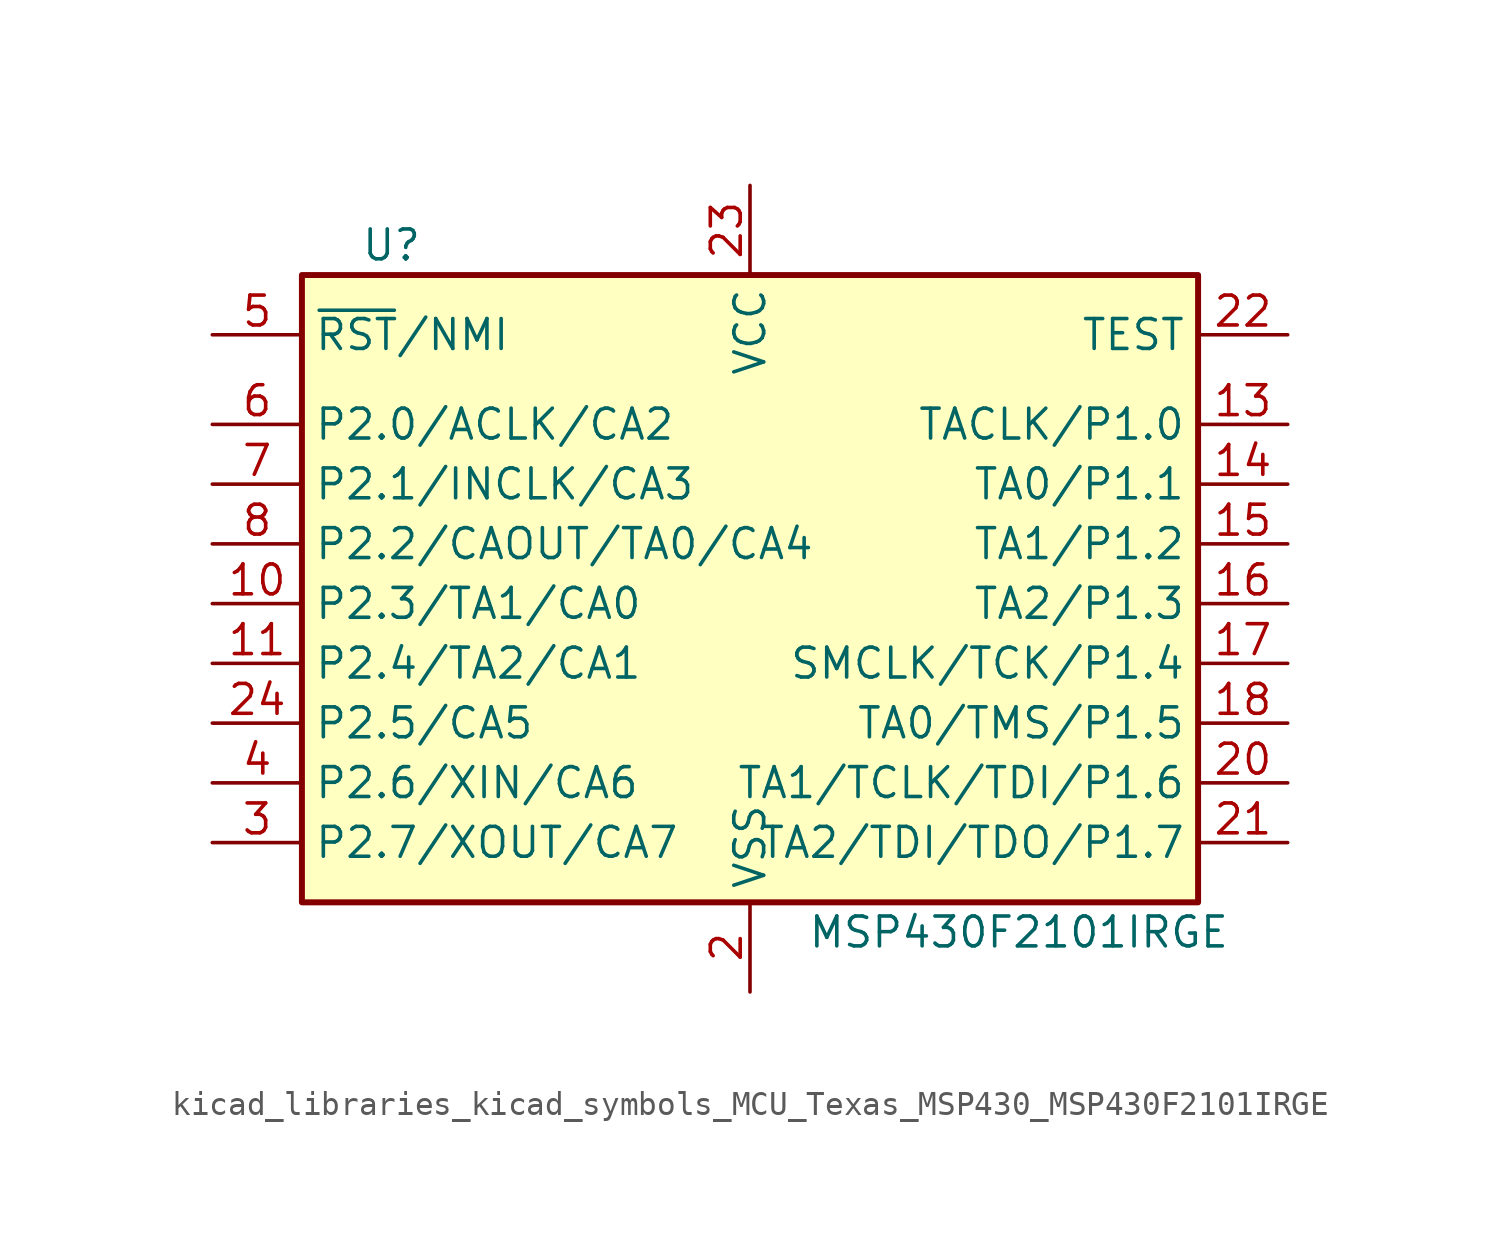
<source format=kicad_sym>
(kicad_symbol_lib
  (version 20220914)
  (generator kicad_symbol_editor)
  (symbol "kicad_libraries_kicad_symbols_MCU_Texas_MSP430_MSP430F2101IRGE"
    (property "Reference" "U"
      (at -15.24 15.24 0)
      (effects (font (size 1.27 1.27))))
    (property "Value" "MSP430F2101IRGE"
      (at 11.43 -13.97 0)
      (effects (font (size 1.27 1.27))))
    (symbol "kicad_libraries_kicad_symbols_MCU_Texas_MSP430_MSP430F2101IRGE_0_1"
      (rectangle (start -19.05 13.97) (end 19.05 -12.7) (stroke (width 0.254) (type default)) (fill (type background))))
    (symbol "kicad_libraries_kicad_symbols_MCU_Texas_MSP430_MSP430F2101IRGE_1_1"
      (pin bidirectional line (at -22.86 0 0) (length 3.81) (name "P2.3/TA1/CA0" (effects (font (size 1.27 1.27)))) (number "10" (effects (font (size 1.27 1.27)))))
      (pin bidirectional line (at -22.86 -2.54 0) (length 3.81) (name "P2.4/TA2/CA1" (effects (font (size 1.27 1.27)))) (number "11" (effects (font (size 1.27 1.27)))))
      (pin bidirectional line (at 22.86 7.62 180) (length 3.81) (name "TACLK/P1.0" (effects (font (size 1.27 1.27)))) (number "13" (effects (font (size 1.27 1.27)))))
      (pin bidirectional line (at 22.86 5.08 180) (length 3.81) (name "TA0/P1.1" (effects (font (size 1.27 1.27)))) (number "14" (effects (font (size 1.27 1.27)))))
      (pin bidirectional line (at 22.86 2.54 180) (length 3.81) (name "TA1/P1.2" (effects (font (size 1.27 1.27)))) (number "15" (effects (font (size 1.27 1.27)))))
      (pin bidirectional line (at 22.86 0 180) (length 3.81) (name "TA2/P1.3" (effects (font (size 1.27 1.27)))) (number "16" (effects (font (size 1.27 1.27)))))
      (pin bidirectional line (at 22.86 -2.54 180) (length 3.81) (name "SMCLK/TCK/P1.4" (effects (font (size 1.27 1.27)))) (number "17" (effects (font (size 1.27 1.27)))))
      (pin bidirectional line (at 22.86 -5.08 180) (length 3.81) (name "TA0/TMS/P1.5" (effects (font (size 1.27 1.27)))) (number "18" (effects (font (size 1.27 1.27)))))
      (pin power_in line (at 0 -16.51 90) (length 3.81) (name "VSS" (effects (font (size 1.27 1.27)))) (number "2" (effects (font (size 1.27 1.27)))))
      (pin bidirectional line (at 22.86 -7.62 180) (length 3.81) (name "TA1/TCLK/TDI/P1.6" (effects (font (size 1.27 1.27)))) (number "20" (effects (font (size 1.27 1.27)))))
      (pin bidirectional line (at 22.86 -10.16 180) (length 3.81) (name "TA2/TDI/TDO/P1.7" (effects (font (size 1.27 1.27)))) (number "21" (effects (font (size 1.27 1.27)))))
      (pin input line (at 22.86 11.43 180) (length 3.81) (name "TEST" (effects (font (size 1.27 1.27)))) (number "22" (effects (font (size 1.27 1.27)))))
      (pin power_in line (at 0 17.78 270) (length 3.81) (name "VCC" (effects (font (size 1.27 1.27)))) (number "23" (effects (font (size 1.27 1.27)))))
      (pin bidirectional line (at -22.86 -5.08 0) (length 3.81) (name "P2.5/CA5" (effects (font (size 1.27 1.27)))) (number "24" (effects (font (size 1.27 1.27)))))
      (pin bidirectional line (at -22.86 -10.16 0) (length 3.81) (name "P2.7/XOUT/CA7" (effects (font (size 1.27 1.27)))) (number "3" (effects (font (size 1.27 1.27)))))
      (pin bidirectional line (at -22.86 -7.62 0) (length 3.81) (name "P2.6/XIN/CA6" (effects (font (size 1.27 1.27)))) (number "4" (effects (font (size 1.27 1.27)))))
      (pin input line (at -22.86 11.43 0) (length 3.81) (name "~{RST}/NMI" (effects (font (size 1.27 1.27)))) (number "5" (effects (font (size 1.27 1.27)))))
      (pin bidirectional line (at -22.86 7.62 0) (length 3.81) (name "P2.0/ACLK/CA2" (effects (font (size 1.27 1.27)))) (number "6" (effects (font (size 1.27 1.27)))))
      (pin bidirectional line (at -22.86 5.08 0) (length 3.81) (name "P2.1/INCLK/CA3" (effects (font (size 1.27 1.27)))) (number "7" (effects (font (size 1.27 1.27)))))
      (pin bidirectional line (at -22.86 2.54 0) (length 3.81) (name "P2.2/CAOUT/TA0/CA4" (effects (font (size 1.27 1.27)))) (number "8" (effects (font (size 1.27 1.27))))))))
</source>
